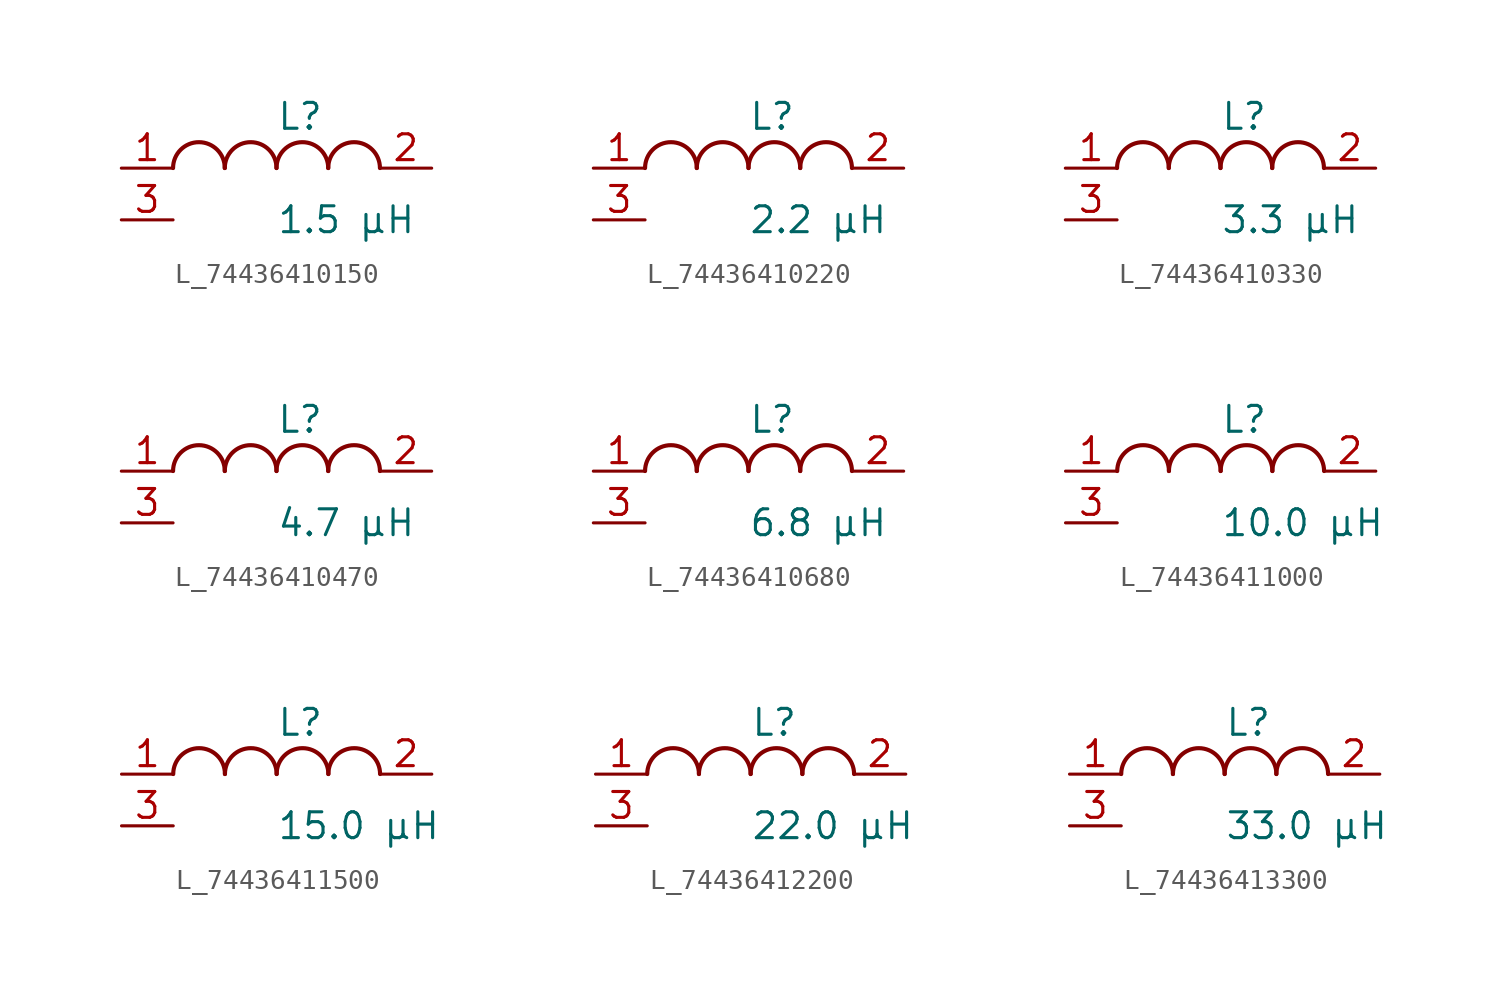
<source format=kicad_sym>
(kicad_symbol_lib
  (version 20231120)
  (generator kicad_symbol_editor)
  (generator_version 8.0)
  (symbol "L_74436410150"
    (pin_names
      (offset 0.254))
    (property "Reference" "L"
      (at 0 2.54 0)
      (effects (font (size 1.27 1.27)) (justify left)))
    (property "Value" "1.5 µH"
      (at 0 -2.54 0)
      (effects (font (size 1.27 1.27)) (justify left)))
    (symbol "L_74436410150_1_1"
      (arc (start -2.54 0.0056) (mid -3.81 1.27) (end -5.08 0.0056) (stroke (width 0.2032) (type default)) (fill (type none)))
      (arc (start 0 0.0056) (mid -1.27 1.27) (end -2.54 0.0056) (stroke (width 0.2032) (type default)) (fill (type none)))
      (arc (start 2.54 0.0056) (mid 1.27 1.27) (end 0 0.0056) (stroke (width 0.2032) (type default)) (fill (type none)))
      (arc (start 5.08 0.0056) (mid 3.81 1.27) (end 2.54 0.0056) (stroke (width 0.2032) (type default)) (fill (type none)))
      (pin unspecified line (at -7.62 0 0) (length 2.54) (name "" (effects (font (size 1.27 1.27)))) (number "1" (effects (font (size 1.27 1.27)))))
      (pin unspecified line (at 7.62 0 180) (length 2.54) (name "" (effects (font (size 1.27 1.27)))) (number "2" (effects (font (size 1.27 1.27)))))
      (pin passive line (at -7.62 -2.54 0) (length 2.54) (name "" (effects (font (size 1.27 1.27)))) (number "3" (effects (font (size 1.27 1.27)))))))
  (symbol "L_74436410220"
    (pin_names
      (offset 0.254))
    (property "Reference" "L"
      (at 0 2.54 0)
      (effects (font (size 1.27 1.27)) (justify left)))
    (property "Value" "2.2 µH"
      (at 0 -2.54 0)
      (effects (font (size 1.27 1.27)) (justify left)))
    (symbol "L_74436410220_1_1"
      (arc (start -2.54 0.0056) (mid -3.81 1.27) (end -5.08 0.0056) (stroke (width 0.2032) (type default)) (fill (type none)))
      (arc (start 0 0.0056) (mid -1.27 1.27) (end -2.54 0.0056) (stroke (width 0.2032) (type default)) (fill (type none)))
      (arc (start 2.54 0.0056) (mid 1.27 1.27) (end 0 0.0056) (stroke (width 0.2032) (type default)) (fill (type none)))
      (arc (start 5.08 0.0056) (mid 3.81 1.27) (end 2.54 0.0056) (stroke (width 0.2032) (type default)) (fill (type none)))
      (pin unspecified line (at -7.62 0 0) (length 2.54) (name "" (effects (font (size 1.27 1.27)))) (number "1" (effects (font (size 1.27 1.27)))))
      (pin unspecified line (at 7.62 0 180) (length 2.54) (name "" (effects (font (size 1.27 1.27)))) (number "2" (effects (font (size 1.27 1.27)))))
      (pin passive line (at -7.62 -2.54 0) (length 2.54) (name "" (effects (font (size 1.27 1.27)))) (number "3" (effects (font (size 1.27 1.27)))))))
  (symbol "L_74436410330"
    (pin_names
      (offset 0.254))
    (property "Reference" "L"
      (at 0 2.54 0)
      (effects (font (size 1.27 1.27)) (justify left)))
    (property "Value" "3.3 µH"
      (at 0 -2.54 0)
      (effects (font (size 1.27 1.27)) (justify left)))
    (symbol "L_74436410330_1_1"
      (arc (start -2.54 0.0056) (mid -3.81 1.27) (end -5.08 0.0056) (stroke (width 0.2032) (type default)) (fill (type none)))
      (arc (start 0 0.0056) (mid -1.27 1.27) (end -2.54 0.0056) (stroke (width 0.2032) (type default)) (fill (type none)))
      (arc (start 2.54 0.0056) (mid 1.27 1.27) (end 0 0.0056) (stroke (width 0.2032) (type default)) (fill (type none)))
      (arc (start 5.08 0.0056) (mid 3.81 1.27) (end 2.54 0.0056) (stroke (width 0.2032) (type default)) (fill (type none)))
      (pin unspecified line (at -7.62 0 0) (length 2.54) (name "" (effects (font (size 1.27 1.27)))) (number "1" (effects (font (size 1.27 1.27)))))
      (pin unspecified line (at 7.62 0 180) (length 2.54) (name "" (effects (font (size 1.27 1.27)))) (number "2" (effects (font (size 1.27 1.27)))))
      (pin passive line (at -7.62 -2.54 0) (length 2.54) (name "" (effects (font (size 1.27 1.27)))) (number "3" (effects (font (size 1.27 1.27)))))))
  (symbol "L_74436410470"
    (pin_names
      (offset 0.254))
    (property "Reference" "L"
      (at 0 2.54 0)
      (effects (font (size 1.27 1.27)) (justify left)))
    (property "Value" "4.7 µH"
      (at 0 -2.54 0)
      (effects (font (size 1.27 1.27)) (justify left)))
    (symbol "L_74436410470_1_1"
      (arc (start -2.54 0.0056) (mid -3.81 1.27) (end -5.08 0.0056) (stroke (width 0.2032) (type default)) (fill (type none)))
      (arc (start 0 0.0056) (mid -1.27 1.27) (end -2.54 0.0056) (stroke (width 0.2032) (type default)) (fill (type none)))
      (arc (start 2.54 0.0056) (mid 1.27 1.27) (end 0 0.0056) (stroke (width 0.2032) (type default)) (fill (type none)))
      (arc (start 5.08 0.0056) (mid 3.81 1.27) (end 2.54 0.0056) (stroke (width 0.2032) (type default)) (fill (type none)))
      (pin unspecified line (at -7.62 0 0) (length 2.54) (name "" (effects (font (size 1.27 1.27)))) (number "1" (effects (font (size 1.27 1.27)))))
      (pin unspecified line (at 7.62 0 180) (length 2.54) (name "" (effects (font (size 1.27 1.27)))) (number "2" (effects (font (size 1.27 1.27)))))
      (pin passive line (at -7.62 -2.54 0) (length 2.54) (name "" (effects (font (size 1.27 1.27)))) (number "3" (effects (font (size 1.27 1.27)))))))
  (symbol "L_74436410680"
    (pin_names
      (offset 0.254))
    (property "Reference" "L"
      (at 0 2.54 0)
      (effects (font (size 1.27 1.27)) (justify left)))
    (property "Value" "6.8 µH"
      (at 0 -2.54 0)
      (effects (font (size 1.27 1.27)) (justify left)))
    (symbol "L_74436410680_1_1"
      (arc (start -2.54 0.0056) (mid -3.81 1.27) (end -5.08 0.0056) (stroke (width 0.2032) (type default)) (fill (type none)))
      (arc (start 0 0.0056) (mid -1.27 1.27) (end -2.54 0.0056) (stroke (width 0.2032) (type default)) (fill (type none)))
      (arc (start 2.54 0.0056) (mid 1.27 1.27) (end 0 0.0056) (stroke (width 0.2032) (type default)) (fill (type none)))
      (arc (start 5.08 0.0056) (mid 3.81 1.27) (end 2.54 0.0056) (stroke (width 0.2032) (type default)) (fill (type none)))
      (pin unspecified line (at -7.62 0 0) (length 2.54) (name "" (effects (font (size 1.27 1.27)))) (number "1" (effects (font (size 1.27 1.27)))))
      (pin unspecified line (at 7.62 0 180) (length 2.54) (name "" (effects (font (size 1.27 1.27)))) (number "2" (effects (font (size 1.27 1.27)))))
      (pin passive line (at -7.62 -2.54 0) (length 2.54) (name "" (effects (font (size 1.27 1.27)))) (number "3" (effects (font (size 1.27 1.27)))))))
  (symbol "L_74436411000"
    (pin_names
      (offset 0.254))
    (property "Reference" "L"
      (at 0 2.54 0)
      (effects (font (size 1.27 1.27)) (justify left)))
    (property "Value" "10.0 µH"
      (at 0 -2.54 0)
      (effects (font (size 1.27 1.27)) (justify left)))
    (symbol "L_74436411000_1_1"
      (arc (start -2.54 0.0056) (mid -3.81 1.27) (end -5.08 0.0056) (stroke (width 0.2032) (type default)) (fill (type none)))
      (arc (start 0 0.0056) (mid -1.27 1.27) (end -2.54 0.0056) (stroke (width 0.2032) (type default)) (fill (type none)))
      (arc (start 2.54 0.0056) (mid 1.27 1.27) (end 0 0.0056) (stroke (width 0.2032) (type default)) (fill (type none)))
      (arc (start 5.08 0.0056) (mid 3.81 1.27) (end 2.54 0.0056) (stroke (width 0.2032) (type default)) (fill (type none)))
      (pin unspecified line (at -7.62 0 0) (length 2.54) (name "" (effects (font (size 1.27 1.27)))) (number "1" (effects (font (size 1.27 1.27)))))
      (pin unspecified line (at 7.62 0 180) (length 2.54) (name "" (effects (font (size 1.27 1.27)))) (number "2" (effects (font (size 1.27 1.27)))))
      (pin passive line (at -7.62 -2.54 0) (length 2.54) (name "" (effects (font (size 1.27 1.27)))) (number "3" (effects (font (size 1.27 1.27)))))))
  (symbol "L_74436411500"
    (pin_names
      (offset 0.254))
    (property "Reference" "L"
      (at 0 2.54 0)
      (effects (font (size 1.27 1.27)) (justify left)))
    (property "Value" "15.0 µH"
      (at 0 -2.54 0)
      (effects (font (size 1.27 1.27)) (justify left)))
    (symbol "L_74436411500_1_1"
      (arc (start -2.54 0.0056) (mid -3.81 1.27) (end -5.08 0.0056) (stroke (width 0.2032) (type default)) (fill (type none)))
      (arc (start 0 0.0056) (mid -1.27 1.27) (end -2.54 0.0056) (stroke (width 0.2032) (type default)) (fill (type none)))
      (arc (start 2.54 0.0056) (mid 1.27 1.27) (end 0 0.0056) (stroke (width 0.2032) (type default)) (fill (type none)))
      (arc (start 5.08 0.0056) (mid 3.81 1.27) (end 2.54 0.0056) (stroke (width 0.2032) (type default)) (fill (type none)))
      (pin unspecified line (at -7.62 0 0) (length 2.54) (name "" (effects (font (size 1.27 1.27)))) (number "1" (effects (font (size 1.27 1.27)))))
      (pin unspecified line (at 7.62 0 180) (length 2.54) (name "" (effects (font (size 1.27 1.27)))) (number "2" (effects (font (size 1.27 1.27)))))
      (pin passive line (at -7.62 -2.54 0) (length 2.54) (name "" (effects (font (size 1.27 1.27)))) (number "3" (effects (font (size 1.27 1.27)))))))
  (symbol "L_74436412200"
    (pin_names
      (offset 0.254))
    (property "Reference" "L"
      (at 0 2.54 0)
      (effects (font (size 1.27 1.27)) (justify left)))
    (property "Value" "22.0 µH"
      (at 0 -2.54 0)
      (effects (font (size 1.27 1.27)) (justify left)))
    (symbol "L_74436412200_1_1"
      (arc (start -2.54 0.0056) (mid -3.81 1.27) (end -5.08 0.0056) (stroke (width 0.2032) (type default)) (fill (type none)))
      (arc (start 0 0.0056) (mid -1.27 1.27) (end -2.54 0.0056) (stroke (width 0.2032) (type default)) (fill (type none)))
      (arc (start 2.54 0.0056) (mid 1.27 1.27) (end 0 0.0056) (stroke (width 0.2032) (type default)) (fill (type none)))
      (arc (start 5.08 0.0056) (mid 3.81 1.27) (end 2.54 0.0056) (stroke (width 0.2032) (type default)) (fill (type none)))
      (pin unspecified line (at -7.62 0 0) (length 2.54) (name "" (effects (font (size 1.27 1.27)))) (number "1" (effects (font (size 1.27 1.27)))))
      (pin unspecified line (at 7.62 0 180) (length 2.54) (name "" (effects (font (size 1.27 1.27)))) (number "2" (effects (font (size 1.27 1.27)))))
      (pin passive line (at -7.62 -2.54 0) (length 2.54) (name "" (effects (font (size 1.27 1.27)))) (number "3" (effects (font (size 1.27 1.27)))))))
  (symbol "L_74436413300"
    (pin_names
      (offset 0.254))
    (property "Reference" "L"
      (at 0 2.54 0)
      (effects (font (size 1.27 1.27)) (justify left)))
    (property "Value" "33.0 µH"
      (at 0 -2.54 0)
      (effects (font (size 1.27 1.27)) (justify left)))
    (symbol "L_74436413300_1_1"
      (arc (start -2.54 0.0056) (mid -3.81 1.27) (end -5.08 0.0056) (stroke (width 0.2032) (type default)) (fill (type none)))
      (arc (start 0 0.0056) (mid -1.27 1.27) (end -2.54 0.0056) (stroke (width 0.2032) (type default)) (fill (type none)))
      (arc (start 2.54 0.0056) (mid 1.27 1.27) (end 0 0.0056) (stroke (width 0.2032) (type default)) (fill (type none)))
      (arc (start 5.08 0.0056) (mid 3.81 1.27) (end 2.54 0.0056) (stroke (width 0.2032) (type default)) (fill (type none)))
      (pin unspecified line (at -7.62 0 0) (length 2.54) (name "" (effects (font (size 1.27 1.27)))) (number "1" (effects (font (size 1.27 1.27)))))
      (pin unspecified line (at 7.62 0 180) (length 2.54) (name "" (effects (font (size 1.27 1.27)))) (number "2" (effects (font (size 1.27 1.27)))))
      (pin passive line (at -7.62 -2.54 0) (length 2.54) (name "" (effects (font (size 1.27 1.27)))) (number "3" (effects (font (size 1.27 1.27))))))))
</source>
